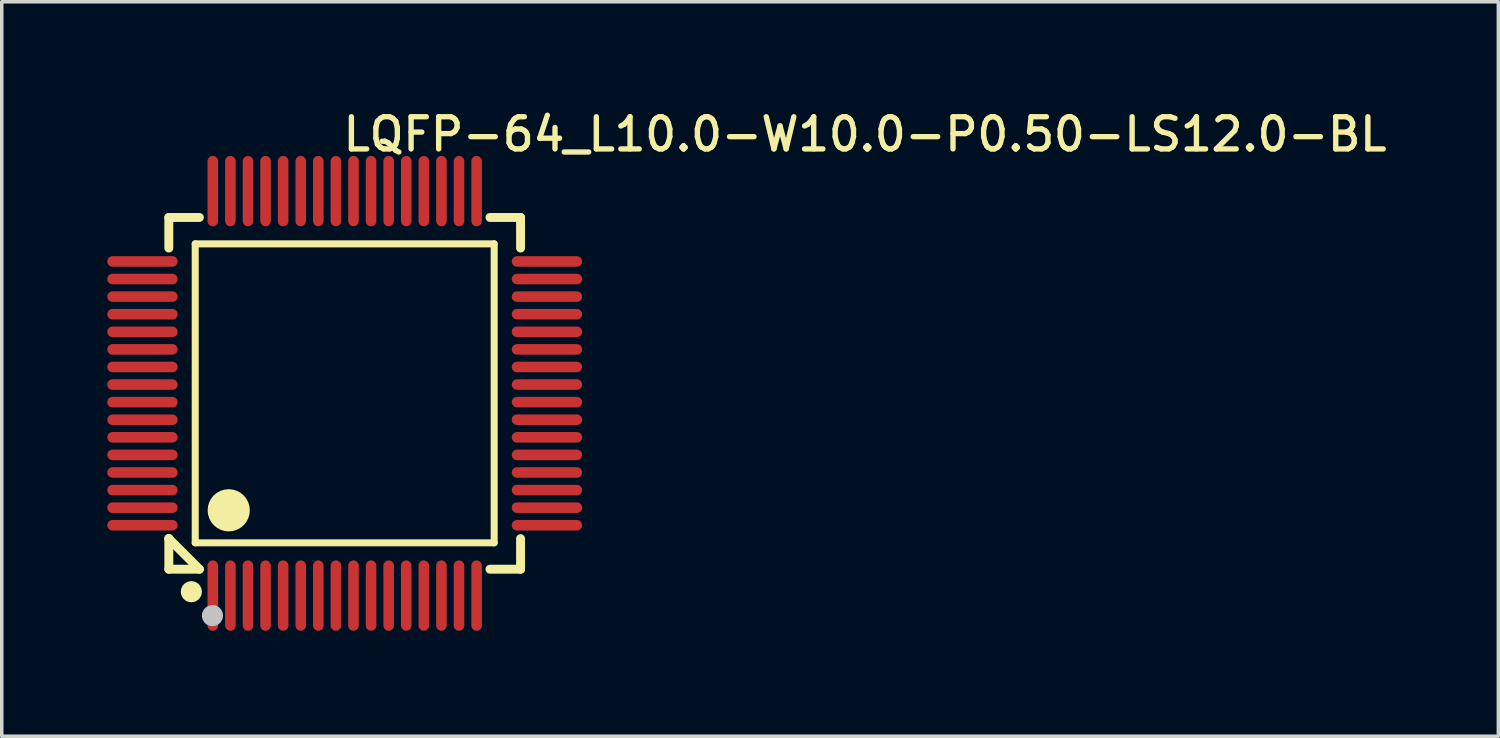
<source format=kicad_pcb>
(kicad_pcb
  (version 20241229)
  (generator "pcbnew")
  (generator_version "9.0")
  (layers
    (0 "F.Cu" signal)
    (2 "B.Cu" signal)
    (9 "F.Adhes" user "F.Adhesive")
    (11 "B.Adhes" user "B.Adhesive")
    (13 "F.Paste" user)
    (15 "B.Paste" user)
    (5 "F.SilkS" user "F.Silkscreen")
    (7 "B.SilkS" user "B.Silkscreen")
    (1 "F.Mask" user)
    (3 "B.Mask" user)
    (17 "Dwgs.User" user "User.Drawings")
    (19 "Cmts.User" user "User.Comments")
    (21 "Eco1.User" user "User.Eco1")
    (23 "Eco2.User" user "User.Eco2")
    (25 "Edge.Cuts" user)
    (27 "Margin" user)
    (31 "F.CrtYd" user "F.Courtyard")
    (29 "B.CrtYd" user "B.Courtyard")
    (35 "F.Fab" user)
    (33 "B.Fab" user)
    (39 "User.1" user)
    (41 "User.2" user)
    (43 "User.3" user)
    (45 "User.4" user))
  (footprint "LQFP-64_L10.0-W10.0-P0.50-LS12.0-BL"
    (layer "F.Cu")
    (at 6.75 8.133)
    (property "Reference" "LQFP-64_L10.0-W10.0-P0.50-LS12.0-BL" (at -0.127 -7.899 0) (layer "F.SilkS") (effects (font (size 0.914 0.914) (thickness 0.152)) (justify left top)))
    (fp_line (start -5 -5) (end -4.131 -5) (stroke (width 0.254) (type default)) (layer "F.SilkS"))
    (fp_line (start -5 -4.131) (end -5 -5) (stroke (width 0.254) (type default)) (layer "F.SilkS"))
    (fp_line (start -5 4.131) (end -5 4.131) (stroke (width 0.254) (type default)) (layer "F.SilkS"))
    (fp_line (start -5 4.131) (end -4.131 5) (stroke (width 0.254) (type default)) (layer "F.SilkS"))
    (fp_line (start -5 5) (end -5 4.131) (stroke (width 0.254) (type default)) (layer "F.SilkS"))
    (fp_line (start -4.25 -4.25) (end -4.25 4.25) (stroke (width 0.2) (type default)) (layer "F.SilkS"))
    (fp_line (start -4.25 4.25) (end 4.25 4.25) (stroke (width 0.2) (type default)) (layer "F.SilkS"))
    (fp_line (start -4.131 5) (end -5 5) (stroke (width 0.254) (type default)) (layer "F.SilkS"))
    (fp_line (start 4.25 -4.25) (end -4.25 -4.25) (stroke (width 0.2) (type default)) (layer "F.SilkS"))
    (fp_line (start 4.25 4.25) (end 4.25 -4.25) (stroke (width 0.2) (type default)) (layer "F.SilkS"))
    (fp_line (start 5 -5) (end 4.131 -5) (stroke (width 0.254) (type default)) (layer "F.SilkS"))
    (fp_line (start 5 -5) (end 5 -4.131) (stroke (width 0.254) (type default)) (layer "F.SilkS"))
    (fp_line (start 5 4.131) (end 5 5) (stroke (width 0.254) (type default)) (layer "F.SilkS"))
    (fp_line (start 5 5) (end 4.131 5) (stroke (width 0.254) (type default)) (layer "F.SilkS"))
    (fp_arc (start -4.3587 5.49) (mid -4.36 5.790006) (end -4.3613 5.49) (stroke (width 0.3) (type default)) (layer "F.SilkS"))
    (fp_arc (start -3.2944 3.0251) (mid -3.29685 3.62511) (end -3.2995 3.0251) (stroke (width 0.6) (type default)) (layer "F.SilkS"))
    (fp_circle (center -3.76 6.32) (end -3.61 6.32) (stroke (width 0.3) (type default)) (fill no) (layer "Dwgs.User"))
    (fp_circle (center -6 6) (end -5.97 6) (stroke (width 0.06) (type default)) (fill no) (layer "User.5"))
    (pad "1" smd oval (at -3.75 5.75) (size 0.3 2) (layers "F.Cu" "F.Mask" "F.Paste"))
    (pad "2" smd oval (at -3.25 5.75) (size 0.3 2) (layers "F.Cu" "F.Mask" "F.Paste"))
    (pad "3" smd oval (at -2.75 5.75) (size 0.3 2) (layers "F.Cu" "F.Mask" "F.Paste"))
    (pad "4" smd oval (at -2.25 5.75) (size 0.3 2) (layers "F.Cu" "F.Mask" "F.Paste"))
    (pad "5" smd oval (at -1.75 5.75) (size 0.3 2) (layers "F.Cu" "F.Mask" "F.Paste"))
    (pad "6" smd oval (at -1.25 5.75) (size 0.3 2) (layers "F.Cu" "F.Mask" "F.Paste"))
    (pad "7" smd oval (at -0.75 5.75) (size 0.3 2) (layers "F.Cu" "F.Mask" "F.Paste"))
    (pad "8" smd oval (at -0.25 5.75) (size 0.3 2) (layers "F.Cu" "F.Mask" "F.Paste"))
    (pad "9" smd oval (at 0.25 5.75) (size 0.3 2) (layers "F.Cu" "F.Mask" "F.Paste"))
    (pad "10" smd oval (at 0.75 5.75) (size 0.3 2) (layers "F.Cu" "F.Mask" "F.Paste"))
    (pad "11" smd oval (at 1.25 5.75) (size 0.3 2) (layers "F.Cu" "F.Mask" "F.Paste"))
    (pad "12" smd oval (at 1.75 5.75) (size 0.3 2) (layers "F.Cu" "F.Mask" "F.Paste"))
    (pad "13" smd oval (at 2.25 5.75) (size 0.3 2) (layers "F.Cu" "F.Mask" "F.Paste"))
    (pad "14" smd oval (at 2.75 5.75) (size 0.3 2) (layers "F.Cu" "F.Mask" "F.Paste"))
    (pad "15" smd oval (at 3.25 5.75) (size 0.3 2) (layers "F.Cu" "F.Mask" "F.Paste"))
    (pad "16" smd oval (at 3.75 5.75) (size 0.3 2) (layers "F.Cu" "F.Mask" "F.Paste"))
    (pad "17" smd oval (at 5.75 3.75) (size 2 0.3) (layers "F.Cu" "F.Mask" "F.Paste"))
    (pad "18" smd oval (at 5.75 3.25) (size 2 0.3) (layers "F.Cu" "F.Mask" "F.Paste"))
    (pad "19" smd oval (at 5.75 2.75) (size 2 0.3) (layers "F.Cu" "F.Mask" "F.Paste"))
    (pad "20" smd oval (at 5.75 2.25) (size 2 0.3) (layers "F.Cu" "F.Mask" "F.Paste"))
    (pad "21" smd oval (at 5.75 1.75) (size 2 0.3) (layers "F.Cu" "F.Mask" "F.Paste"))
    (pad "22" smd oval (at 5.75 1.25) (size 2 0.3) (layers "F.Cu" "F.Mask" "F.Paste"))
    (pad "23" smd oval (at 5.75 0.75) (size 2 0.3) (layers "F.Cu" "F.Mask" "F.Paste"))
    (pad "24" smd oval (at 5.75 0.25) (size 2 0.3) (layers "F.Cu" "F.Mask" "F.Paste"))
    (pad "25" smd oval (at 5.75 -0.25) (size 2 0.3) (layers "F.Cu" "F.Mask" "F.Paste"))
    (pad "26" smd oval (at 5.75 -0.75) (size 2 0.3) (layers "F.Cu" "F.Mask" "F.Paste"))
    (pad "27" smd oval (at 5.75 -1.25) (size 2 0.3) (layers "F.Cu" "F.Mask" "F.Paste"))
    (pad "28" smd oval (at 5.75 -1.75) (size 2 0.3) (layers "F.Cu" "F.Mask" "F.Paste"))
    (pad "29" smd oval (at 5.75 -2.25) (size 2 0.3) (layers "F.Cu" "F.Mask" "F.Paste"))
    (pad "30" smd oval (at 5.75 -2.75) (size 2 0.3) (layers "F.Cu" "F.Mask" "F.Paste"))
    (pad "31" smd oval (at 5.75 -3.25) (size 2 0.3) (layers "F.Cu" "F.Mask" "F.Paste"))
    (pad "32" smd oval (at 5.75 -3.75) (size 2 0.3) (layers "F.Cu" "F.Mask" "F.Paste"))
    (pad "33" smd oval (at 3.75 -5.75) (size 0.3 2) (layers "F.Cu" "F.Mask" "F.Paste"))
    (pad "34" smd oval (at 3.25 -5.75) (size 0.3 2) (layers "F.Cu" "F.Mask" "F.Paste"))
    (pad "35" smd oval (at 2.75 -5.75) (size 0.3 2) (layers "F.Cu" "F.Mask" "F.Paste"))
    (pad "36" smd oval (at 2.25 -5.75) (size 0.3 2) (layers "F.Cu" "F.Mask" "F.Paste"))
    (pad "37" smd oval (at 1.75 -5.75) (size 0.3 2) (layers "F.Cu" "F.Mask" "F.Paste"))
    (pad "38" smd oval (at 1.25 -5.75) (size 0.3 2) (layers "F.Cu" "F.Mask" "F.Paste"))
    (pad "39" smd oval (at 0.75 -5.75) (size 0.3 2) (layers "F.Cu" "F.Mask" "F.Paste"))
    (pad "40" smd oval (at 0.25 -5.75) (size 0.3 2) (layers "F.Cu" "F.Mask" "F.Paste"))
    (pad "41" smd oval (at -0.25 -5.75) (size 0.3 2) (layers "F.Cu" "F.Mask" "F.Paste"))
    (pad "42" smd oval (at -0.75 -5.75) (size 0.3 2) (layers "F.Cu" "F.Mask" "F.Paste"))
    (pad "43" smd oval (at -1.25 -5.75) (size 0.3 2) (layers "F.Cu" "F.Mask" "F.Paste"))
    (pad "44" smd oval (at -1.75 -5.75) (size 0.3 2) (layers "F.Cu" "F.Mask" "F.Paste"))
    (pad "45" smd oval (at -2.25 -5.75) (size 0.3 2) (layers "F.Cu" "F.Mask" "F.Paste"))
    (pad "46" smd oval (at -2.75 -5.75) (size 0.3 2) (layers "F.Cu" "F.Mask" "F.Paste"))
    (pad "47" smd oval (at -3.25 -5.75) (size 0.3 2) (layers "F.Cu" "F.Mask" "F.Paste"))
    (pad "48" smd oval (at -3.75 -5.75) (size 0.3 2) (layers "F.Cu" "F.Mask" "F.Paste"))
    (pad "49" smd oval (at -5.75 -3.75) (size 2 0.3) (layers "F.Cu" "F.Mask" "F.Paste"))
    (pad "50" smd oval (at -5.75 -3.25) (size 2 0.3) (layers "F.Cu" "F.Mask" "F.Paste"))
    (pad "51" smd oval (at -5.75 -2.75) (size 2 0.3) (layers "F.Cu" "F.Mask" "F.Paste"))
    (pad "52" smd oval (at -5.75 -2.25) (size 2 0.3) (layers "F.Cu" "F.Mask" "F.Paste"))
    (pad "53" smd oval (at -5.75 -1.75) (size 2 0.3) (layers "F.Cu" "F.Mask" "F.Paste"))
    (pad "54" smd oval (at -5.75 -1.25) (size 2 0.3) (layers "F.Cu" "F.Mask" "F.Paste"))
    (pad "55" smd oval (at -5.75 -0.75) (size 2 0.3) (layers "F.Cu" "F.Mask" "F.Paste"))
    (pad "56" smd oval (at -5.75 -0.25) (size 2 0.3) (layers "F.Cu" "F.Mask" "F.Paste"))
    (pad "57" smd oval (at -5.75 0.25) (size 2 0.3) (layers "F.Cu" "F.Mask" "F.Paste"))
    (pad "58" smd oval (at -5.75 0.75) (size 2 0.3) (layers "F.Cu" "F.Mask" "F.Paste"))
    (pad "59" smd oval (at -5.75 1.25) (size 2 0.3) (layers "F.Cu" "F.Mask" "F.Paste"))
    (pad "60" smd oval (at -5.75 1.75) (size 2 0.3) (layers "F.Cu" "F.Mask" "F.Paste"))
    (pad "61" smd oval (at -5.75 2.25) (size 2 0.3) (layers "F.Cu" "F.Mask" "F.Paste"))
    (pad "62" smd oval (at -5.75 2.75) (size 2 0.3) (layers "F.Cu" "F.Mask" "F.Paste"))
    (pad "63" smd oval (at -5.75 3.25) (size 2 0.3) (layers "F.Cu" "F.Mask" "F.Paste"))
    (pad "64" smd oval (at -5.75 3.75) (size 2 0.3) (layers "F.Cu" "F.Mask" "F.Paste"))
    (zone (net_name "") (layer "F.SilkS") (hatch edge 0.5) (priority 100) (connect_pads yes) (min_thickness 0) (filled_areas_thickness no) (fill yes) (polygon (pts (xy 2.619 13.133) (xy 1.75 12.264) (xy 1.75 13.133))) (filled_polygon (layer "F.SilkS") (island) (pts (xy 2.619 13.133) (xy 1.75 12.264) (xy 1.75 13.133))))
    (zone (net_name "") (layer "User.3") (hatch edge 0.5) (priority 100) (connect_pads yes) (min_thickness 0) (filled_areas_thickness no) (fill yes) (polygon (pts (xy 1.75 3.133) (xy 11.75 3.133) (xy 11.75 13.133) (xy 1.75 13.133))) (filled_polygon (layer "User.3") (island) (pts (xy 1.75 3.133) (xy 11.75 3.133) (xy 11.75 13.133) (xy 1.75 13.133))))
    (zone (net_name "") (layer "User.4") (hatch edge 0.5) (priority 100) (connect_pads yes) (min_thickness 0) (filled_areas_thickness no) (fill yes) (polygon (pts (xy 0.75 4.493) (xy 0.75 4.272) (xy 1.35 4.272) (xy 1.35 4.493))) (filled_polygon (layer "User.4") (island) (pts (xy 0.75 4.493) (xy 0.75 4.272) (xy 1.35 4.272) (xy 1.35 4.493))))
    (zone (net_name "") (layer "User.4") (hatch edge 0.5) (priority 100) (connect_pads yes) (min_thickness 0) (filled_areas_thickness no) (fill yes) (polygon (pts (xy 0.75 4.993) (xy 0.75 4.773) (xy 1.35 4.773) (xy 1.35 4.993))) (filled_polygon (layer "User.4") (island) (pts (xy 0.75 4.993) (xy 0.75 4.773) (xy 1.35 4.773) (xy 1.35 4.993))))
    (zone (net_name "") (layer "User.4") (hatch edge 0.5) (priority 100) (connect_pads yes) (min_thickness 0) (filled_areas_thickness no) (fill yes) (polygon (pts (xy 0.75 5.492) (xy 0.75 5.272) (xy 1.35 5.272) (xy 1.35 5.492))) (filled_polygon (layer "User.4") (island) (pts (xy 0.75 5.492) (xy 0.75 5.272) (xy 1.35 5.272) (xy 1.35 5.492))))
    (zone (net_name "") (layer "User.4") (hatch edge 0.5) (priority 100) (connect_pads yes) (min_thickness 0) (filled_areas_thickness no) (fill yes) (polygon (pts (xy 0.75 5.993) (xy 0.75 5.773) (xy 1.35 5.773) (xy 1.35 5.993))) (filled_polygon (layer "User.4") (island) (pts (xy 0.75 5.993) (xy 0.75 5.773) (xy 1.35 5.773) (xy 1.35 5.993))))
    (zone (net_name "") (layer "User.4") (hatch edge 0.5) (priority 100) (connect_pads yes) (min_thickness 0) (filled_areas_thickness no) (fill yes) (polygon (pts (xy 0.75 6.492) (xy 0.75 6.272) (xy 1.35 6.272) (xy 1.35 6.492))) (filled_polygon (layer "User.4") (island) (pts (xy 0.75 6.492) (xy 0.75 6.272) (xy 1.35 6.272) (xy 1.35 6.492))))
    (zone (net_name "") (layer "User.4") (hatch edge 0.5) (priority 100) (connect_pads yes) (min_thickness 0) (filled_areas_thickness no) (fill yes) (polygon (pts (xy 0.75 6.993) (xy 0.75 6.773) (xy 1.35 6.773) (xy 1.35 6.993))) (filled_polygon (layer "User.4") (island) (pts (xy 0.75 6.993) (xy 0.75 6.773) (xy 1.35 6.773) (xy 1.35 6.993))))
    (zone (net_name "") (layer "User.4") (hatch edge 0.5) (priority 100) (connect_pads yes) (min_thickness 0) (filled_areas_thickness no) (fill yes) (polygon (pts (xy 0.75 7.492) (xy 0.75 7.272) (xy 1.35 7.272) (xy 1.35 7.492))) (filled_polygon (layer "User.4") (island) (pts (xy 0.75 7.492) (xy 0.75 7.272) (xy 1.35 7.272) (xy 1.35 7.492))))
    (zone (net_name "") (layer "User.4") (hatch edge 0.5) (priority 100) (connect_pads yes) (min_thickness 0) (filled_areas_thickness no) (fill yes) (polygon (pts (xy 0.75 7.993) (xy 0.75 7.773) (xy 1.35 7.773) (xy 1.35 7.993))) (filled_polygon (layer "User.4") (island) (pts (xy 0.75 7.993) (xy 0.75 7.773) (xy 1.35 7.773) (xy 1.35 7.993))))
    (zone (net_name "") (layer "User.4") (hatch edge 0.5) (priority 100) (connect_pads yes) (min_thickness 0) (filled_areas_thickness no) (fill yes) (polygon (pts (xy 0.75 8.492) (xy 0.75 8.272) (xy 1.35 8.272) (xy 1.35 8.492))) (filled_polygon (layer "User.4") (island) (pts (xy 0.75 8.492) (xy 0.75 8.272) (xy 1.35 8.272) (xy 1.35 8.492))))
    (zone (net_name "") (layer "User.4") (hatch edge 0.5) (priority 100) (connect_pads yes) (min_thickness 0) (filled_areas_thickness no) (fill yes) (polygon (pts (xy 0.75 8.993) (xy 0.75 8.773) (xy 1.35 8.773) (xy 1.35 8.993))) (filled_polygon (layer "User.4") (island) (pts (xy 0.75 8.993) (xy 0.75 8.773) (xy 1.35 8.773) (xy 1.35 8.993))))
    (zone (net_name "") (layer "User.4") (hatch edge 0.5) (priority 100) (connect_pads yes) (min_thickness 0) (filled_areas_thickness no) (fill yes) (polygon (pts (xy 0.75 9.492) (xy 0.75 9.272) (xy 1.35 9.272) (xy 1.35 9.492))) (filled_polygon (layer "User.4") (island) (pts (xy 0.75 9.492) (xy 0.75 9.272) (xy 1.35 9.272) (xy 1.35 9.492))))
    (zone (net_name "") (layer "User.4") (hatch edge 0.5) (priority 100) (connect_pads yes) (min_thickness 0) (filled_areas_thickness no) (fill yes) (polygon (pts (xy 0.75 9.993) (xy 0.75 9.773) (xy 1.35 9.773) (xy 1.35 9.993))) (filled_polygon (layer "User.4") (island) (pts (xy 0.75 9.993) (xy 0.75 9.773) (xy 1.35 9.773) (xy 1.35 9.993))))
    (zone (net_name "") (layer "User.4") (hatch edge 0.5) (priority 100) (connect_pads yes) (min_thickness 0) (filled_areas_thickness no) (fill yes) (polygon (pts (xy 0.75 10.492) (xy 0.75 10.272) (xy 1.35 10.272) (xy 1.35 10.492))) (filled_polygon (layer "User.4") (island) (pts (xy 0.75 10.492) (xy 0.75 10.272) (xy 1.35 10.272) (xy 1.35 10.492))))
    (zone (net_name "") (layer "User.4") (hatch edge 0.5) (priority 100) (connect_pads yes) (min_thickness 0) (filled_areas_thickness no) (fill yes) (polygon (pts (xy 0.75 10.993) (xy 0.75 10.773) (xy 1.35 10.773) (xy 1.35 10.993))) (filled_polygon (layer "User.4") (island) (pts (xy 0.75 10.993) (xy 0.75 10.773) (xy 1.35 10.773) (xy 1.35 10.993))))
    (zone (net_name "") (layer "User.4") (hatch edge 0.5) (priority 100) (connect_pads yes) (min_thickness 0) (filled_areas_thickness no) (fill yes) (polygon (pts (xy 0.75 11.492) (xy 0.75 11.272) (xy 1.35 11.272) (xy 1.35 11.492))) (filled_polygon (layer "User.4") (island) (pts (xy 0.75 11.492) (xy 0.75 11.272) (xy 1.35 11.272) (xy 1.35 11.492))))
    (zone (net_name "") (layer "User.4") (hatch edge 0.5) (priority 100) (connect_pads yes) (min_thickness 0) (filled_areas_thickness no) (fill yes) (polygon (pts (xy 0.75 11.993) (xy 0.75 11.773) (xy 1.35 11.773) (xy 1.35 11.993))) (filled_polygon (layer "User.4") (island) (pts (xy 0.75 11.993) (xy 0.75 11.773) (xy 1.35 11.773) (xy 1.35 11.993))))
    (zone (net_name "") (layer "User.4") (hatch edge 0.5) (priority 100) (connect_pads) (min_thickness 0) (filled_areas_thickness no) (keepout (tracks allowed) (vias allowed) (pads allowed) (copperpour not_allowed) (footprints allowed)) (placement (enabled no)) (fill) (polygon (pts (xy 1.34 4.493) (xy 1.34 4.272) (xy 1.76 4.272) (xy 1.76 4.493))))
    (zone (net_name "") (layer "User.4") (hatch edge 0.5) (priority 100) (connect_pads) (min_thickness 0) (filled_areas_thickness no) (keepout (tracks allowed) (vias allowed) (pads allowed) (copperpour not_allowed) (footprints allowed)) (placement (enabled no)) (fill) (polygon (pts (xy 1.34 4.993) (xy 1.34 4.773) (xy 1.76 4.773) (xy 1.76 4.993))))
    (zone (net_name "") (layer "User.4") (hatch edge 0.5) (priority 100) (connect_pads) (min_thickness 0) (filled_areas_thickness no) (keepout (tracks allowed) (vias allowed) (pads allowed) (copperpour not_allowed) (footprints allowed)) (placement (enabled no)) (fill) (polygon (pts (xy 1.34 5.492) (xy 1.34 5.272) (xy 1.76 5.272) (xy 1.76 5.492))))
    (zone (net_name "") (layer "User.4") (hatch edge 0.5) (priority 100) (connect_pads) (min_thickness 0) (filled_areas_thickness no) (keepout (tracks allowed) (vias allowed) (pads allowed) (copperpour not_allowed) (footprints allowed)) (placement (enabled no)) (fill) (polygon (pts (xy 1.34 5.993) (xy 1.34 5.773) (xy 1.76 5.773) (xy 1.76 5.993))))
    (zone (net_name "") (layer "User.4") (hatch edge 0.5) (priority 100) (connect_pads) (min_thickness 0) (filled_areas_thickness no) (keepout (tracks allowed) (vias allowed) (pads allowed) (copperpour not_allowed) (footprints allowed)) (placement (enabled no)) (fill) (polygon (pts (xy 1.34 6.492) (xy 1.34 6.272) (xy 1.76 6.272) (xy 1.76 6.492))))
    (zone (net_name "") (layer "User.4") (hatch edge 0.5) (priority 100) (connect_pads) (min_thickness 0) (filled_areas_thickness no) (keepout (tracks allowed) (vias allowed) (pads allowed) (copperpour not_allowed) (footprints allowed)) (placement (enabled no)) (fill) (polygon (pts (xy 1.34 6.993) (xy 1.34 6.773) (xy 1.76 6.773) (xy 1.76 6.993))))
    (zone (net_name "") (layer "User.4") (hatch edge 0.5) (priority 100) (connect_pads) (min_thickness 0) (filled_areas_thickness no) (keepout (tracks allowed) (vias allowed) (pads allowed) (copperpour not_allowed) (footprints allowed)) (placement (enabled no)) (fill) (polygon (pts (xy 1.34 7.492) (xy 1.34 7.272) (xy 1.76 7.272) (xy 1.76 7.492))))
    (zone (net_name "") (layer "User.4") (hatch edge 0.5) (priority 100) (connect_pads) (min_thickness 0) (filled_areas_thickness no) (keepout (tracks allowed) (vias allowed) (pads allowed) (copperpour not_allowed) (footprints allowed)) (placement (enabled no)) (fill) (polygon (pts (xy 1.34 7.993) (xy 1.34 7.773) (xy 1.76 7.773) (xy 1.76 7.993))))
    (zone (net_name "") (layer "User.4") (hatch edge 0.5) (priority 100) (connect_pads) (min_thickness 0) (filled_areas_thickness no) (keepout (tracks allowed) (vias allowed) (pads allowed) (copperpour not_allowed) (footprints allowed)) (placement (enabled no)) (fill) (polygon (pts (xy 1.34 8.492) (xy 1.34 8.272) (xy 1.76 8.272) (xy 1.76 8.492))))
    (zone (net_name "") (layer "User.4") (hatch edge 0.5) (priority 100) (connect_pads) (min_thickness 0) (filled_areas_thickness no) (keepout (tracks allowed) (vias allowed) (pads allowed) (copperpour not_allowed) (footprints allowed)) (placement (enabled no)) (fill) (polygon (pts (xy 1.34 8.993) (xy 1.34 8.773) (xy 1.76 8.773) (xy 1.76 8.993))))
    (zone (net_name "") (layer "User.4") (hatch edge 0.5) (priority 100) (connect_pads) (min_thickness 0) (filled_areas_thickness no) (keepout (tracks allowed) (vias allowed) (pads allowed) (copperpour not_allowed) (footprints allowed)) (placement (enabled no)) (fill) (polygon (pts (xy 1.34 9.492) (xy 1.34 9.272) (xy 1.76 9.272) (xy 1.76 9.492))))
    (zone (net_name "") (layer "User.4") (hatch edge 0.5) (priority 100) (connect_pads) (min_thickness 0) (filled_areas_thickness no) (keepout (tracks allowed) (vias allowed) (pads allowed) (copperpour not_allowed) (footprints allowed)) (placement (enabled no)) (fill) (polygon (pts (xy 1.34 9.993) (xy 1.34 9.773) (xy 1.76 9.773) (xy 1.76 9.993))))
    (zone (net_name "") (layer "User.4") (hatch edge 0.5) (priority 100) (connect_pads) (min_thickness 0) (filled_areas_thickness no) (keepout (tracks allowed) (vias allowed) (pads allowed) (copperpour not_allowed) (footprints allowed)) (placement (enabled no)) (fill) (polygon (pts (xy 1.34 10.492) (xy 1.34 10.272) (xy 1.76 10.272) (xy 1.76 10.492))))
    (zone (net_name "") (layer "User.4") (hatch edge 0.5) (priority 100) (connect_pads) (min_thickness 0) (filled_areas_thickness no) (keepout (tracks allowed) (vias allowed) (pads allowed) (copperpour not_allowed) (footprints allowed)) (placement (enabled no)) (fill) (polygon (pts (xy 1.34 10.993) (xy 1.34 10.773) (xy 1.76 10.773) (xy 1.76 10.993))))
    (zone (net_name "") (layer "User.4") (hatch edge 0.5) (priority 100) (connect_pads) (min_thickness 0) (filled_areas_thickness no) (keepout (tracks allowed) (vias allowed) (pads allowed) (copperpour not_allowed) (footprints allowed)) (placement (enabled no)) (fill) (polygon (pts (xy 1.34 11.492) (xy 1.34 11.272) (xy 1.76 11.272) (xy 1.76 11.492))))
    (zone (net_name "") (layer "User.4") (hatch edge 0.5) (priority 100) (connect_pads) (min_thickness 0) (filled_areas_thickness no) (keepout (tracks allowed) (vias allowed) (pads allowed) (copperpour not_allowed) (footprints allowed)) (placement (enabled no)) (fill) (polygon (pts (xy 1.34 11.993) (xy 1.34 11.773) (xy 1.76 11.773) (xy 1.76 11.993))))
    (zone (net_name "") (layer "User.4") (hatch edge 0.5) (priority 100) (connect_pads yes) (min_thickness 0) (filled_areas_thickness no) (fill yes) (polygon (pts (xy 2.89 2.733) (xy 2.89 2.133) (xy 3.11 2.133) (xy 3.11 2.733))) (filled_polygon (layer "User.4") (island) (pts (xy 2.89 2.733) (xy 2.89 2.133) (xy 3.11 2.133) (xy 3.11 2.733))))
    (zone (net_name "") (layer "User.4") (hatch edge 0.5) (priority 100) (connect_pads) (min_thickness 0) (filled_areas_thickness no) (keepout (tracks allowed) (vias allowed) (pads allowed) (copperpour not_allowed) (footprints allowed)) (placement (enabled no)) (fill) (polygon (pts (xy 2.89 3.143) (xy 2.89 2.723) (xy 3.11 2.723) (xy 3.11 3.143))))
    (zone (net_name "") (layer "User.4") (hatch edge 0.5) (priority 100) (connect_pads) (min_thickness 0) (filled_areas_thickness no) (keepout (tracks allowed) (vias allowed) (pads allowed) (copperpour not_allowed) (footprints allowed)) (placement (enabled no)) (fill) (polygon (pts (xy 2.89 13.543) (xy 2.89 13.123) (xy 3.11 13.123) (xy 3.11 13.543))))
    (zone (net_name "") (layer "User.4") (hatch edge 0.5) (priority 100) (connect_pads yes) (min_thickness 0) (filled_areas_thickness no) (fill yes) (polygon (pts (xy 2.89 14.133) (xy 2.89 13.533) (xy 3.11 13.533) (xy 3.11 14.133))) (filled_polygon (layer "User.4") (island) (pts (xy 2.89 14.133) (xy 2.89 13.533) (xy 3.11 13.533) (xy 3.11 14.133))))
    (zone (net_name "") (layer "User.4") (hatch edge 0.5) (priority 100) (connect_pads yes) (min_thickness 0) (filled_areas_thickness no) (fill yes) (polygon (pts (xy 3.39 2.733) (xy 3.39 2.133) (xy 3.61 2.133) (xy 3.61 2.733))) (filled_polygon (layer "User.4") (island) (pts (xy 3.39 2.733) (xy 3.39 2.133) (xy 3.61 2.133) (xy 3.61 2.733))))
    (zone (net_name "") (layer "User.4") (hatch edge 0.5) (priority 100) (connect_pads) (min_thickness 0) (filled_areas_thickness no) (keepout (tracks allowed) (vias allowed) (pads allowed) (copperpour not_allowed) (footprints allowed)) (placement (enabled no)) (fill) (polygon (pts (xy 3.39 3.143) (xy 3.39 2.723) (xy 3.61 2.723) (xy 3.61 3.143))))
    (zone (net_name "") (layer "User.4") (hatch edge 0.5) (priority 100) (connect_pads) (min_thickness 0) (filled_areas_thickness no) (keepout (tracks allowed) (vias allowed) (pads allowed) (copperpour not_allowed) (footprints allowed)) (placement (enabled no)) (fill) (polygon (pts (xy 3.39 13.543) (xy 3.39 13.123) (xy 3.61 13.123) (xy 3.61 13.543))))
    (zone (net_name "") (layer "User.4") (hatch edge 0.5) (priority 100) (connect_pads yes) (min_thickness 0) (filled_areas_thickness no) (fill yes) (polygon (pts (xy 3.39 14.133) (xy 3.39 13.533) (xy 3.61 13.533) (xy 3.61 14.133))) (filled_polygon (layer "User.4") (island) (pts (xy 3.39 14.133) (xy 3.39 13.533) (xy 3.61 13.533) (xy 3.61 14.133))))
    (zone (net_name "") (layer "User.4") (hatch edge 0.5) (priority 100) (connect_pads yes) (min_thickness 0) (filled_areas_thickness no) (fill yes) (polygon (pts (xy 3.89 2.733) (xy 3.89 2.133) (xy 4.11 2.133) (xy 4.11 2.733))) (filled_polygon (layer "User.4") (island) (pts (xy 3.89 2.733) (xy 3.89 2.133) (xy 4.11 2.133) (xy 4.11 2.733))))
    (zone (net_name "") (layer "User.4") (hatch edge 0.5) (priority 100) (connect_pads) (min_thickness 0) (filled_areas_thickness no) (keepout (tracks allowed) (vias allowed) (pads allowed) (copperpour not_allowed) (footprints allowed)) (placement (enabled no)) (fill) (polygon (pts (xy 3.89 3.143) (xy 3.89 2.723) (xy 4.11 2.723) (xy 4.11 3.143))))
    (zone (net_name "") (layer "User.4") (hatch edge 0.5) (priority 100) (connect_pads) (min_thickness 0) (filled_areas_thickness no) (keepout (tracks allowed) (vias allowed) (pads allowed) (copperpour not_allowed) (footprints allowed)) (placement (enabled no)) (fill) (polygon (pts (xy 3.89 13.543) (xy 3.89 13.123) (xy 4.11 13.123) (xy 4.11 13.543))))
    (zone (net_name "") (layer "User.4") (hatch edge 0.5) (priority 100) (connect_pads yes) (min_thickness 0) (filled_areas_thickness no) (fill yes) (polygon (pts (xy 3.89 14.133) (xy 3.89 13.533) (xy 4.11 13.533) (xy 4.11 14.133))) (filled_polygon (layer "User.4") (island) (pts (xy 3.89 14.133) (xy 3.89 13.533) (xy 4.11 13.533) (xy 4.11 14.133))))
    (zone (net_name "") (layer "User.4") (hatch edge 0.5) (priority 100) (connect_pads yes) (min_thickness 0) (filled_areas_thickness no) (fill yes) (polygon (pts (xy 4.39 2.733) (xy 4.39 2.133) (xy 4.61 2.133) (xy 4.61 2.733))) (filled_polygon (layer "User.4") (island) (pts (xy 4.39 2.733) (xy 4.39 2.133) (xy 4.61 2.133) (xy 4.61 2.733))))
    (zone (net_name "") (layer "User.4") (hatch edge 0.5) (priority 100) (connect_pads) (min_thickness 0) (filled_areas_thickness no) (keepout (tracks allowed) (vias allowed) (pads allowed) (copperpour not_allowed) (footprints allowed)) (placement (enabled no)) (fill) (polygon (pts (xy 4.39 3.143) (xy 4.39 2.723) (xy 4.61 2.723) (xy 4.61 3.143))))
    (zone (net_name "") (layer "User.4") (hatch edge 0.5) (priority 100) (connect_pads) (min_thickness 0) (filled_areas_thickness no) (keepout (tracks allowed) (vias allowed) (pads allowed) (copperpour not_allowed) (footprints allowed)) (placement (enabled no)) (fill) (polygon (pts (xy 4.39 13.543) (xy 4.39 13.123) (xy 4.61 13.123) (xy 4.61 13.543))))
    (zone (net_name "") (layer "User.4") (hatch edge 0.5) (priority 100) (connect_pads yes) (min_thickness 0) (filled_areas_thickness no) (fill yes) (polygon (pts (xy 4.39 14.133) (xy 4.39 13.533) (xy 4.61 13.533) (xy 4.61 14.133))) (filled_polygon (layer "User.4") (island) (pts (xy 4.39 14.133) (xy 4.39 13.533) (xy 4.61 13.533) (xy 4.61 14.133))))
    (zone (net_name "") (layer "User.4") (hatch edge 0.5) (priority 100) (connect_pads yes) (min_thickness 0) (filled_areas_thickness no) (fill yes) (polygon (pts (xy 4.89 2.733) (xy 4.89 2.133) (xy 5.11 2.133) (xy 5.11 2.733))) (filled_polygon (layer "User.4") (island) (pts (xy 4.89 2.733) (xy 4.89 2.133) (xy 5.11 2.133) (xy 5.11 2.733))))
    (zone (net_name "") (layer "User.4") (hatch edge 0.5) (priority 100) (connect_pads) (min_thickness 0) (filled_areas_thickness no) (keepout (tracks allowed) (vias allowed) (pads allowed) (copperpour not_allowed) (footprints allowed)) (placement (enabled no)) (fill) (polygon (pts (xy 4.89 3.143) (xy 4.89 2.723) (xy 5.11 2.723) (xy 5.11 3.143))))
    (zone (net_name "") (layer "User.4") (hatch edge 0.5) (priority 100) (connect_pads) (min_thickness 0) (filled_areas_thickness no) (keepout (tracks allowed) (vias allowed) (pads allowed) (copperpour not_allowed) (footprints allowed)) (placement (enabled no)) (fill) (polygon (pts (xy 4.89 13.543) (xy 4.89 13.123) (xy 5.11 13.123) (xy 5.11 13.543))))
    (zone (net_name "") (layer "User.4") (hatch edge 0.5) (priority 100) (connect_pads yes) (min_thickness 0) (filled_areas_thickness no) (fill yes) (polygon (pts (xy 4.89 14.133) (xy 4.89 13.533) (xy 5.11 13.533) (xy 5.11 14.133))) (filled_polygon (layer "User.4") (island) (pts (xy 4.89 14.133) (xy 4.89 13.533) (xy 5.11 13.533) (xy 5.11 14.133))))
    (zone (net_name "") (layer "User.4") (hatch edge 0.5) (priority 100) (connect_pads yes) (min_thickness 0) (filled_areas_thickness no) (fill yes) (polygon (pts (xy 5.39 2.733) (xy 5.39 2.133) (xy 5.61 2.133) (xy 5.61 2.733))) (filled_polygon (layer "User.4") (island) (pts (xy 5.39 2.733) (xy 5.39 2.133) (xy 5.61 2.133) (xy 5.61 2.733))))
    (zone (net_name "") (layer "User.4") (hatch edge 0.5) (priority 100) (connect_pads) (min_thickness 0) (filled_areas_thickness no) (keepout (tracks allowed) (vias allowed) (pads allowed) (copperpour not_allowed) (footprints allowed)) (placement (enabled no)) (fill) (polygon (pts (xy 5.39 3.143) (xy 5.39 2.723) (xy 5.61 2.723) (xy 5.61 3.143))))
    (zone (net_name "") (layer "User.4") (hatch edge 0.5) (priority 100) (connect_pads) (min_thickness 0) (filled_areas_thickness no) (keepout (tracks allowed) (vias allowed) (pads allowed) (copperpour not_allowed) (footprints allowed)) (placement (enabled no)) (fill) (polygon (pts (xy 5.39 13.543) (xy 5.39 13.123) (xy 5.61 13.123) (xy 5.61 13.543))))
    (zone (net_name "") (layer "User.4") (hatch edge 0.5) (priority 100) (connect_pads yes) (min_thickness 0) (filled_areas_thickness no) (fill yes) (polygon (pts (xy 5.39 14.133) (xy 5.39 13.533) (xy 5.61 13.533) (xy 5.61 14.133))) (filled_polygon (layer "User.4") (island) (pts (xy 5.39 14.133) (xy 5.39 13.533) (xy 5.61 13.533) (xy 5.61 14.133))))
    (zone (net_name "") (layer "User.4") (hatch edge 0.5) (priority 100) (connect_pads yes) (min_thickness 0) (filled_areas_thickness no) (fill yes) (polygon (pts (xy 5.89 2.733) (xy 5.89 2.133) (xy 6.11 2.133) (xy 6.11 2.733))) (filled_polygon (layer "User.4") (island) (pts (xy 5.89 2.733) (xy 5.89 2.133) (xy 6.11 2.133) (xy 6.11 2.733))))
    (zone (net_name "") (layer "User.4") (hatch edge 0.5) (priority 100) (connect_pads) (min_thickness 0) (filled_areas_thickness no) (keepout (tracks allowed) (vias allowed) (pads allowed) (copperpour not_allowed) (footprints allowed)) (placement (enabled no)) (fill) (polygon (pts (xy 5.89 3.143) (xy 5.89 2.723) (xy 6.11 2.723) (xy 6.11 3.143))))
    (zone (net_name "") (layer "User.4") (hatch edge 0.5) (priority 100) (connect_pads) (min_thickness 0) (filled_areas_thickness no) (keepout (tracks allowed) (vias allowed) (pads allowed) (copperpour not_allowed) (footprints allowed)) (placement (enabled no)) (fill) (polygon (pts (xy 5.89 13.543) (xy 5.89 13.123) (xy 6.11 13.123) (xy 6.11 13.543))))
    (zone (net_name "") (layer "User.4") (hatch edge 0.5) (priority 100) (connect_pads yes) (min_thickness 0) (filled_areas_thickness no) (fill yes) (polygon (pts (xy 5.89 14.133) (xy 5.89 13.533) (xy 6.11 13.533) (xy 6.11 14.133))) (filled_polygon (layer "User.4") (island) (pts (xy 5.89 14.133) (xy 5.89 13.533) (xy 6.11 13.533) (xy 6.11 14.133))))
    (zone (net_name "") (layer "User.4") (hatch edge 0.5) (priority 100) (connect_pads yes) (min_thickness 0) (filled_areas_thickness no) (fill yes) (polygon (pts (xy 6.39 2.733) (xy 6.39 2.133) (xy 6.61 2.133) (xy 6.61 2.733))) (filled_polygon (layer "User.4") (island) (pts (xy 6.39 2.733) (xy 6.39 2.133) (xy 6.61 2.133) (xy 6.61 2.733))))
    (zone (net_name "") (layer "User.4") (hatch edge 0.5) (priority 100) (connect_pads) (min_thickness 0) (filled_areas_thickness no) (keepout (tracks allowed) (vias allowed) (pads allowed) (copperpour not_allowed) (footprints allowed)) (placement (enabled no)) (fill) (polygon (pts (xy 6.39 3.143) (xy 6.39 2.723) (xy 6.61 2.723) (xy 6.61 3.143))))
    (zone (net_name "") (layer "User.4") (hatch edge 0.5) (priority 100) (connect_pads) (min_thickness 0) (filled_areas_thickness no) (keepout (tracks allowed) (vias allowed) (pads allowed) (copperpour not_allowed) (footprints allowed)) (placement (enabled no)) (fill) (polygon (pts (xy 6.39 13.543) (xy 6.39 13.123) (xy 6.61 13.123) (xy 6.61 13.543))))
    (zone (net_name "") (layer "User.4") (hatch edge 0.5) (priority 100) (connect_pads yes) (min_thickness 0) (filled_areas_thickness no) (fill yes) (polygon (pts (xy 6.39 14.133) (xy 6.39 13.533) (xy 6.61 13.533) (xy 6.61 14.133))) (filled_polygon (layer "User.4") (island) (pts (xy 6.39 14.133) (xy 6.39 13.533) (xy 6.61 13.533) (xy 6.61 14.133))))
    (zone (net_name "") (layer "User.4") (hatch edge 0.5) (priority 100) (connect_pads yes) (min_thickness 0) (filled_areas_thickness no) (fill yes) (polygon (pts (xy 6.89 2.733) (xy 6.89 2.133) (xy 7.11 2.133) (xy 7.11 2.733))) (filled_polygon (layer "User.4") (island) (pts (xy 6.89 2.733) (xy 6.89 2.133) (xy 7.11 2.133) (xy 7.11 2.733))))
    (zone (net_name "") (layer "User.4") (hatch edge 0.5) (priority 100) (connect_pads) (min_thickness 0) (filled_areas_thickness no) (keepout (tracks allowed) (vias allowed) (pads allowed) (copperpour not_allowed) (footprints allowed)) (placement (enabled no)) (fill) (polygon (pts (xy 6.89 3.143) (xy 6.89 2.723) (xy 7.11 2.723) (xy 7.11 3.143))))
    (zone (net_name "") (layer "User.4") (hatch edge 0.5) (priority 100) (connect_pads) (min_thickness 0) (filled_areas_thickness no) (keepout (tracks allowed) (vias allowed) (pads allowed) (copperpour not_allowed) (footprints allowed)) (placement (enabled no)) (fill) (polygon (pts (xy 6.89 13.543) (xy 6.89 13.123) (xy 7.11 13.123) (xy 7.11 13.543))))
    (zone (net_name "") (layer "User.4") (hatch edge 0.5) (priority 100) (connect_pads yes) (min_thickness 0) (filled_areas_thickness no) (fill yes) (polygon (pts (xy 6.89 14.133) (xy 6.89 13.533) (xy 7.11 13.533) (xy 7.11 14.133))) (filled_polygon (layer "User.4") (island) (pts (xy 6.89 14.133) (xy 6.89 13.533) (xy 7.11 13.533) (xy 7.11 14.133))))
    (zone (net_name "") (layer "User.4") (hatch edge 0.5) (priority 100) (connect_pads yes) (min_thickness 0) (filled_areas_thickness no) (fill yes) (polygon (pts (xy 7.39 2.733) (xy 7.39 2.133) (xy 7.61 2.133) (xy 7.61 2.733))) (filled_polygon (layer "User.4") (island) (pts (xy 7.39 2.733) (xy 7.39 2.133) (xy 7.61 2.133) (xy 7.61 2.733))))
    (zone (net_name "") (layer "User.4") (hatch edge 0.5) (priority 100) (connect_pads) (min_thickness 0) (filled_areas_thickness no) (keepout (tracks allowed) (vias allowed) (pads allowed) (copperpour not_allowed) (footprints allowed)) (placement (enabled no)) (fill) (polygon (pts (xy 7.39 3.143) (xy 7.39 2.723) (xy 7.61 2.723) (xy 7.61 3.143))))
    (zone (net_name "") (layer "User.4") (hatch edge 0.5) (priority 100) (connect_pads) (min_thickness 0) (filled_areas_thickness no) (keepout (tracks allowed) (vias allowed) (pads allowed) (copperpour not_allowed) (footprints allowed)) (placement (enabled no)) (fill) (polygon (pts (xy 7.39 13.543) (xy 7.39 13.123) (xy 7.61 13.123) (xy 7.61 13.543))))
    (zone (net_name "") (layer "User.4") (hatch edge 0.5) (priority 100) (connect_pads yes) (min_thickness 0) (filled_areas_thickness no) (fill yes) (polygon (pts (xy 7.39 14.133) (xy 7.39 13.533) (xy 7.61 13.533) (xy 7.61 14.133))) (filled_polygon (layer "User.4") (island) (pts (xy 7.39 14.133) (xy 7.39 13.533) (xy 7.61 13.533) (xy 7.61 14.133))))
    (zone (net_name "") (layer "User.4") (hatch edge 0.5) (priority 100) (connect_pads yes) (min_thickness 0) (filled_areas_thickness no) (fill yes) (polygon (pts (xy 7.89 2.733) (xy 7.89 2.133) (xy 8.11 2.133) (xy 8.11 2.733))) (filled_polygon (layer "User.4") (island) (pts (xy 7.89 2.733) (xy 7.89 2.133) (xy 8.11 2.133) (xy 8.11 2.733))))
    (zone (net_name "") (layer "User.4") (hatch edge 0.5) (priority 100) (connect_pads) (min_thickness 0) (filled_areas_thickness no) (keepout (tracks allowed) (vias allowed) (pads allowed) (copperpour not_allowed) (footprints allowed)) (placement (enabled no)) (fill) (polygon (pts (xy 7.89 3.143) (xy 7.89 2.723) (xy 8.11 2.723) (xy 8.11 3.143))))
    (zone (net_name "") (layer "User.4") (hatch edge 0.5) (priority 100) (connect_pads) (min_thickness 0) (filled_areas_thickness no) (keepout (tracks allowed) (vias allowed) (pads allowed) (copperpour not_allowed) (footprints allowed)) (placement (enabled no)) (fill) (polygon (pts (xy 7.89 13.543) (xy 7.89 13.123) (xy 8.11 13.123) (xy 8.11 13.543))))
    (zone (net_name "") (layer "User.4") (hatch edge 0.5) (priority 100) (connect_pads yes) (min_thickness 0) (filled_areas_thickness no) (fill yes) (polygon (pts (xy 7.89 14.133) (xy 7.89 13.533) (xy 8.11 13.533) (xy 8.11 14.133))) (filled_polygon (layer "User.4") (island) (pts (xy 7.89 14.133) (xy 7.89 13.533) (xy 8.11 13.533) (xy 8.11 14.133))))
    (zone (net_name "") (layer "User.4") (hatch edge 0.5) (priority 100) (connect_pads yes) (min_thickness 0) (filled_areas_thickness no) (fill yes) (polygon (pts (xy 8.39 2.733) (xy 8.39 2.133) (xy 8.61 2.133) (xy 8.61 2.733))) (filled_polygon (layer "User.4") (island) (pts (xy 8.39 2.733) (xy 8.39 2.133) (xy 8.61 2.133) (xy 8.61 2.733))))
    (zone (net_name "") (layer "User.4") (hatch edge 0.5) (priority 100) (connect_pads) (min_thickness 0) (filled_areas_thickness no) (keepout (tracks allowed) (vias allowed) (pads allowed) (copperpour not_allowed) (footprints allowed)) (placement (enabled no)) (fill) (polygon (pts (xy 8.39 3.143) (xy 8.39 2.723) (xy 8.61 2.723) (xy 8.61 3.143))))
    (zone (net_name "") (layer "User.4") (hatch edge 0.5) (priority 100) (connect_pads) (min_thickness 0) (filled_areas_thickness no) (keepout (tracks allowed) (vias allowed) (pads allowed) (copperpour not_allowed) (footprints allowed)) (placement (enabled no)) (fill) (polygon (pts (xy 8.39 13.543) (xy 8.39 13.123) (xy 8.61 13.123) (xy 8.61 13.543))))
    (zone (net_name "") (layer "User.4") (hatch edge 0.5) (priority 100) (connect_pads yes) (min_thickness 0) (filled_areas_thickness no) (fill yes) (polygon (pts (xy 8.39 14.133) (xy 8.39 13.533) (xy 8.61 13.533) (xy 8.61 14.133))) (filled_polygon (layer "User.4") (island) (pts (xy 8.39 14.133) (xy 8.39 13.533) (xy 8.61 13.533) (xy 8.61 14.133))))
    (zone (net_name "") (layer "User.4") (hatch edge 0.5) (priority 100) (connect_pads yes) (min_thickness 0) (filled_areas_thickness no) (fill yes) (polygon (pts (xy 8.89 2.733) (xy 8.89 2.133) (xy 9.11 2.133) (xy 9.11 2.733))) (filled_polygon (layer "User.4") (island) (pts (xy 8.89 2.733) (xy 8.89 2.133) (xy 9.11 2.133) (xy 9.11 2.733))))
    (zone (net_name "") (layer "User.4") (hatch edge 0.5) (priority 100) (connect_pads) (min_thickness 0) (filled_areas_thickness no) (keepout (tracks allowed) (vias allowed) (pads allowed) (copperpour not_allowed) (footprints allowed)) (placement (enabled no)) (fill) (polygon (pts (xy 8.89 3.143) (xy 8.89 2.723) (xy 9.11 2.723) (xy 9.11 3.143))))
    (zone (net_name "") (layer "User.4") (hatch edge 0.5) (priority 100) (connect_pads) (min_thickness 0) (filled_areas_thickness no) (keepout (tracks allowed) (vias allowed) (pads allowed) (copperpour not_allowed) (footprints allowed)) (placement (enabled no)) (fill) (polygon (pts (xy 8.89 13.543) (xy 8.89 13.123) (xy 9.11 13.123) (xy 9.11 13.543))))
    (zone (net_name "") (layer "User.4") (hatch edge 0.5) (priority 100) (connect_pads yes) (min_thickness 0) (filled_areas_thickness no) (fill yes) (polygon (pts (xy 8.89 14.133) (xy 8.89 13.533) (xy 9.11 13.533) (xy 9.11 14.133))) (filled_polygon (layer "User.4") (island) (pts (xy 8.89 14.133) (xy 8.89 13.533) (xy 9.11 13.533) (xy 9.11 14.133))))
    (zone (net_name "") (layer "User.4") (hatch edge 0.5) (priority 100) (connect_pads yes) (min_thickness 0) (filled_areas_thickness no) (fill yes) (polygon (pts (xy 9.39 2.733) (xy 9.39 2.133) (xy 9.61 2.133) (xy 9.61 2.733))) (filled_polygon (layer "User.4") (island) (pts (xy 9.39 2.733) (xy 9.39 2.133) (xy 9.61 2.133) (xy 9.61 2.733))))
    (zone (net_name "") (layer "User.4") (hatch edge 0.5) (priority 100) (connect_pads) (min_thickness 0) (filled_areas_thickness no) (keepout (tracks allowed) (vias allowed) (pads allowed) (copperpour not_allowed) (footprints allowed)) (placement (enabled no)) (fill) (polygon (pts (xy 9.39 3.143) (xy 9.39 2.723) (xy 9.61 2.723) (xy 9.61 3.143))))
    (zone (net_name "") (layer "User.4") (hatch edge 0.5) (priority 100) (connect_pads) (min_thickness 0) (filled_areas_thickness no) (keepout (tracks allowed) (vias allowed) (pads allowed) (copperpour not_allowed) (footprints allowed)) (placement (enabled no)) (fill) (polygon (pts (xy 9.39 13.543) (xy 9.39 13.123) (xy 9.61 13.123) (xy 9.61 13.543))))
    (zone (net_name "") (layer "User.4") (hatch edge 0.5) (priority 100) (connect_pads yes) (min_thickness 0) (filled_areas_thickness no) (fill yes) (polygon (pts (xy 9.39 14.133) (xy 9.39 13.533) (xy 9.61 13.533) (xy 9.61 14.133))) (filled_polygon (layer "User.4") (island) (pts (xy 9.39 14.133) (xy 9.39 13.533) (xy 9.61 13.533) (xy 9.61 14.133))))
    (zone (net_name "") (layer "User.4") (hatch edge 0.5) (priority 100) (connect_pads yes) (min_thickness 0) (filled_areas_thickness no) (fill yes) (polygon (pts (xy 9.89 2.733) (xy 9.89 2.133) (xy 10.11 2.133) (xy 10.11 2.733))) (filled_polygon (layer "User.4") (island) (pts (xy 9.89 2.733) (xy 9.89 2.133) (xy 10.11 2.133) (xy 10.11 2.733))))
    (zone (net_name "") (layer "User.4") (hatch edge 0.5) (priority 100) (connect_pads) (min_thickness 0) (filled_areas_thickness no) (keepout (tracks allowed) (vias allowed) (pads allowed) (copperpour not_allowed) (footprints allowed)) (placement (enabled no)) (fill) (polygon (pts (xy 9.89 3.143) (xy 9.89 2.723) (xy 10.11 2.723) (xy 10.11 3.143))))
    (zone (net_name "") (layer "User.4") (hatch edge 0.5) (priority 100) (connect_pads) (min_thickness 0) (filled_areas_thickness no) (keepout (tracks allowed) (vias allowed) (pads allowed) (copperpour not_allowed) (footprints allowed)) (placement (enabled no)) (fill) (polygon (pts (xy 9.89 13.543) (xy 9.89 13.123) (xy 10.11 13.123) (xy 10.11 13.543))))
    (zone (net_name "") (layer "User.4") (hatch edge 0.5) (priority 100) (connect_pads yes) (min_thickness 0) (filled_areas_thickness no) (fill yes) (polygon (pts (xy 9.89 14.133) (xy 9.89 13.533) (xy 10.11 13.533) (xy 10.11 14.133))) (filled_polygon (layer "User.4") (island) (pts (xy 9.89 14.133) (xy 9.89 13.533) (xy 10.11 13.533) (xy 10.11 14.133))))
    (zone (net_name "") (layer "User.4") (hatch edge 0.5) (priority 100) (connect_pads yes) (min_thickness 0) (filled_areas_thickness no) (fill yes) (polygon (pts (xy 10.39 2.733) (xy 10.39 2.133) (xy 10.61 2.133) (xy 10.61 2.733))) (filled_polygon (layer "User.4") (island) (pts (xy 10.39 2.733) (xy 10.39 2.133) (xy 10.61 2.133) (xy 10.61 2.733))))
    (zone (net_name "") (layer "User.4") (hatch edge 0.5) (priority 100) (connect_pads) (min_thickness 0) (filled_areas_thickness no) (keepout (tracks allowed) (vias allowed) (pads allowed) (copperpour not_allowed) (footprints allowed)) (placement (enabled no)) (fill) (polygon (pts (xy 10.39 3.143) (xy 10.39 2.723) (xy 10.61 2.723) (xy 10.61 3.143))))
    (zone (net_name "") (layer "User.4") (hatch edge 0.5) (priority 100) (connect_pads) (min_thickness 0) (filled_areas_thickness no) (keepout (tracks allowed) (vias allowed) (pads allowed) (copperpour not_allowed) (footprints allowed)) (placement (enabled no)) (fill) (polygon (pts (xy 10.39 13.543) (xy 10.39 13.123) (xy 10.61 13.123) (xy 10.61 13.543))))
    (zone (net_name "") (layer "User.4") (hatch edge 0.5) (priority 100) (connect_pads yes) (min_thickness 0) (filled_areas_thickness no) (fill yes) (polygon (pts (xy 10.39 14.133) (xy 10.39 13.533) (xy 10.61 13.533) (xy 10.61 14.133))) (filled_polygon (layer "User.4") (island) (pts (xy 10.39 14.133) (xy 10.39 13.533) (xy 10.61 13.533) (xy 10.61 14.133))))
    (zone (net_name "") (layer "User.4") (hatch edge 0.5) (priority 100) (connect_pads) (min_thickness 0) (filled_areas_thickness no) (keepout (tracks allowed) (vias allowed) (pads allowed) (copperpour not_allowed) (footprints allowed)) (placement (enabled no)) (fill) (polygon (pts (xy 11.74 4.493) (xy 11.74 4.272) (xy 12.16 4.272) (xy 12.16 4.493))))
    (zone (net_name "") (layer "User.4") (hatch edge 0.5) (priority 100) (connect_pads) (min_thickness 0) (filled_areas_thickness no) (keepout (tracks allowed) (vias allowed) (pads allowed) (copperpour not_allowed) (footprints allowed)) (placement (enabled no)) (fill) (polygon (pts (xy 11.74 4.993) (xy 11.74 4.773) (xy 12.16 4.773) (xy 12.16 4.993))))
    (zone (net_name "") (layer "User.4") (hatch edge 0.5) (priority 100) (connect_pads) (min_thickness 0) (filled_areas_thickness no) (keepout (tracks allowed) (vias allowed) (pads allowed) (copperpour not_allowed) (footprints allowed)) (placement (enabled no)) (fill) (polygon (pts (xy 11.74 5.492) (xy 11.74 5.272) (xy 12.16 5.272) (xy 12.16 5.492))))
    (zone (net_name "") (layer "User.4") (hatch edge 0.5) (priority 100) (connect_pads) (min_thickness 0) (filled_areas_thickness no) (keepout (tracks allowed) (vias allowed) (pads allowed) (copperpour not_allowed) (footprints allowed)) (placement (enabled no)) (fill) (polygon (pts (xy 11.74 5.993) (xy 11.74 5.773) (xy 12.16 5.773) (xy 12.16 5.993))))
    (zone (net_name "") (layer "User.4") (hatch edge 0.5) (priority 100) (connect_pads) (min_thickness 0) (filled_areas_thickness no) (keepout (tracks allowed) (vias allowed) (pads allowed) (copperpour not_allowed) (footprints allowed)) (placement (enabled no)) (fill) (polygon (pts (xy 11.74 6.492) (xy 11.74 6.272) (xy 12.16 6.272) (xy 12.16 6.492))))
    (zone (net_name "") (layer "User.4") (hatch edge 0.5) (priority 100) (connect_pads) (min_thickness 0) (filled_areas_thickness no) (keepout (tracks allowed) (vias allowed) (pads allowed) (copperpour not_allowed) (footprints allowed)) (placement (enabled no)) (fill) (polygon (pts (xy 11.74 6.993) (xy 11.74 6.773) (xy 12.16 6.773) (xy 12.16 6.993))))
    (zone (net_name "") (layer "User.4") (hatch edge 0.5) (priority 100) (connect_pads) (min_thickness 0) (filled_areas_thickness no) (keepout (tracks allowed) (vias allowed) (pads allowed) (copperpour not_allowed) (footprints allowed)) (placement (enabled no)) (fill) (polygon (pts (xy 11.74 7.492) (xy 11.74 7.272) (xy 12.16 7.272) (xy 12.16 7.492))))
    (zone (net_name "") (layer "User.4") (hatch edge 0.5) (priority 100) (connect_pads) (min_thickness 0) (filled_areas_thickness no) (keepout (tracks allowed) (vias allowed) (pads allowed) (copperpour not_allowed) (footprints allowed)) (placement (enabled no)) (fill) (polygon (pts (xy 11.74 7.993) (xy 11.74 7.773) (xy 12.16 7.773) (xy 12.16 7.993))))
    (zone (net_name "") (layer "User.4") (hatch edge 0.5) (priority 100) (connect_pads) (min_thickness 0) (filled_areas_thickness no) (keepout (tracks allowed) (vias allowed) (pads allowed) (copperpour not_allowed) (footprints allowed)) (placement (enabled no)) (fill) (polygon (pts (xy 11.74 8.492) (xy 11.74 8.272) (xy 12.16 8.272) (xy 12.16 8.492))))
    (zone (net_name "") (layer "User.4") (hatch edge 0.5) (priority 100) (connect_pads) (min_thickness 0) (filled_areas_thickness no) (keepout (tracks allowed) (vias allowed) (pads allowed) (copperpour not_allowed) (footprints allowed)) (placement (enabled no)) (fill) (polygon (pts (xy 11.74 8.993) (xy 11.74 8.773) (xy 12.16 8.773) (xy 12.16 8.993))))
    (zone (net_name "") (layer "User.4") (hatch edge 0.5) (priority 100) (connect_pads) (min_thickness 0) (filled_areas_thickness no) (keepout (tracks allowed) (vias allowed) (pads allowed) (copperpour not_allowed) (footprints allowed)) (placement (enabled no)) (fill) (polygon (pts (xy 11.74 9.492) (xy 11.74 9.272) (xy 12.16 9.272) (xy 12.16 9.492))))
    (zone (net_name "") (layer "User.4") (hatch edge 0.5) (priority 100) (connect_pads) (min_thickness 0) (filled_areas_thickness no) (keepout (tracks allowed) (vias allowed) (pads allowed) (copperpour not_allowed) (footprints allowed)) (placement (enabled no)) (fill) (polygon (pts (xy 11.74 9.993) (xy 11.74 9.773) (xy 12.16 9.773) (xy 12.16 9.993))))
    (zone (net_name "") (layer "User.4") (hatch edge 0.5) (priority 100) (connect_pads) (min_thickness 0) (filled_areas_thickness no) (keepout (tracks allowed) (vias allowed) (pads allowed) (copperpour not_allowed) (footprints allowed)) (placement (enabled no)) (fill) (polygon (pts (xy 11.74 10.492) (xy 11.74 10.272) (xy 12.16 10.272) (xy 12.16 10.492))))
    (zone (net_name "") (layer "User.4") (hatch edge 0.5) (priority 100) (connect_pads) (min_thickness 0) (filled_areas_thickness no) (keepout (tracks allowed) (vias allowed) (pads allowed) (copperpour not_allowed) (footprints allowed)) (placement (enabled no)) (fill) (polygon (pts (xy 11.74 10.993) (xy 11.74 10.773) (xy 12.16 10.773) (xy 12.16 10.993))))
    (zone (net_name "") (layer "User.4") (hatch edge 0.5) (priority 100) (connect_pads) (min_thickness 0) (filled_areas_thickness no) (keepout (tracks allowed) (vias allowed) (pads allowed) (copperpour not_allowed) (footprints allowed)) (placement (enabled no)) (fill) (polygon (pts (xy 11.74 11.492) (xy 11.74 11.272) (xy 12.16 11.272) (xy 12.16 11.492))))
    (zone (net_name "") (layer "User.4") (hatch edge 0.5) (priority 100) (connect_pads) (min_thickness 0) (filled_areas_thickness no) (keepout (tracks allowed) (vias allowed) (pads allowed) (copperpour not_allowed) (footprints allowed)) (placement (enabled no)) (fill) (polygon (pts (xy 11.74 11.993) (xy 11.74 11.773) (xy 12.16 11.773) (xy 12.16 11.993))))
    (zone (net_name "") (layer "User.4") (hatch edge 0.5) (priority 100) (connect_pads yes) (min_thickness 0) (filled_areas_thickness no) (fill yes) (polygon (pts (xy 12.15 4.493) (xy 12.15 4.272) (xy 12.75 4.272) (xy 12.75 4.493))) (filled_polygon (layer "User.4") (island) (pts (xy 12.15 4.493) (xy 12.15 4.272) (xy 12.75 4.272) (xy 12.75 4.493))))
    (zone (net_name "") (layer "User.4") (hatch edge 0.5) (priority 100) (connect_pads yes) (min_thickness 0) (filled_areas_thickness no) (fill yes) (polygon (pts (xy 12.15 4.993) (xy 12.15 4.773) (xy 12.75 4.773) (xy 12.75 4.993))) (filled_polygon (layer "User.4") (island) (pts (xy 12.15 4.993) (xy 12.15 4.773) (xy 12.75 4.773) (xy 12.75 4.993))))
    (zone (net_name "") (layer "User.4") (hatch edge 0.5) (priority 100) (connect_pads yes) (min_thickness 0) (filled_areas_thickness no) (fill yes) (polygon (pts (xy 12.15 5.492) (xy 12.15 5.272) (xy 12.75 5.272) (xy 12.75 5.492))) (filled_polygon (layer "User.4") (island) (pts (xy 12.15 5.492) (xy 12.15 5.272) (xy 12.75 5.272) (xy 12.75 5.492))))
    (zone (net_name "") (layer "User.4") (hatch edge 0.5) (priority 100) (connect_pads yes) (min_thickness 0) (filled_areas_thickness no) (fill yes) (polygon (pts (xy 12.15 5.993) (xy 12.15 5.773) (xy 12.75 5.773) (xy 12.75 5.993))) (filled_polygon (layer "User.4") (island) (pts (xy 12.15 5.993) (xy 12.15 5.773) (xy 12.75 5.773) (xy 12.75 5.993))))
    (zone (net_name "") (layer "User.4") (hatch edge 0.5) (priority 100) (connect_pads yes) (min_thickness 0) (filled_areas_thickness no) (fill yes) (polygon (pts (xy 12.15 6.492) (xy 12.15 6.272) (xy 12.75 6.272) (xy 12.75 6.492))) (filled_polygon (layer "User.4") (island) (pts (xy 12.15 6.492) (xy 12.15 6.272) (xy 12.75 6.272) (xy 12.75 6.492))))
    (zone (net_name "") (layer "User.4") (hatch edge 0.5) (priority 100) (connect_pads yes) (min_thickness 0) (filled_areas_thickness no) (fill yes) (polygon (pts (xy 12.15 6.993) (xy 12.15 6.773) (xy 12.75 6.773) (xy 12.75 6.993))) (filled_polygon (layer "User.4") (island) (pts (xy 12.15 6.993) (xy 12.15 6.773) (xy 12.75 6.773) (xy 12.75 6.993))))
    (zone (net_name "") (layer "User.4") (hatch edge 0.5) (priority 100) (connect_pads yes) (min_thickness 0) (filled_areas_thickness no) (fill yes) (polygon (pts (xy 12.15 7.492) (xy 12.15 7.272) (xy 12.75 7.272) (xy 12.75 7.492))) (filled_polygon (layer "User.4") (island) (pts (xy 12.15 7.492) (xy 12.15 7.272) (xy 12.75 7.272) (xy 12.75 7.492))))
    (zone (net_name "") (layer "User.4") (hatch edge 0.5) (priority 100) (connect_pads yes) (min_thickness 0) (filled_areas_thickness no) (fill yes) (polygon (pts (xy 12.15 7.993) (xy 12.15 7.773) (xy 12.75 7.773) (xy 12.75 7.993))) (filled_polygon (layer "User.4") (island) (pts (xy 12.15 7.993) (xy 12.15 7.773) (xy 12.75 7.773) (xy 12.75 7.993))))
    (zone (net_name "") (layer "User.4") (hatch edge 0.5) (priority 100) (connect_pads yes) (min_thickness 0) (filled_areas_thickness no) (fill yes) (polygon (pts (xy 12.15 8.492) (xy 12.15 8.272) (xy 12.75 8.272) (xy 12.75 8.492))) (filled_polygon (layer "User.4") (island) (pts (xy 12.15 8.492) (xy 12.15 8.272) (xy 12.75 8.272) (xy 12.75 8.492))))
    (zone (net_name "") (layer "User.4") (hatch edge 0.5) (priority 100) (connect_pads yes) (min_thickness 0) (filled_areas_thickness no) (fill yes) (polygon (pts (xy 12.15 8.993) (xy 12.15 8.773) (xy 12.75 8.773) (xy 12.75 8.993))) (filled_polygon (layer "User.4") (island) (pts (xy 12.15 8.993) (xy 12.15 8.773) (xy 12.75 8.773) (xy 12.75 8.993))))
    (zone (net_name "") (layer "User.4") (hatch edge 0.5) (priority 100) (connect_pads yes) (min_thickness 0) (filled_areas_thickness no) (fill yes) (polygon (pts (xy 12.15 9.492) (xy 12.15 9.272) (xy 12.75 9.272) (xy 12.75 9.492))) (filled_polygon (layer "User.4") (island) (pts (xy 12.15 9.492) (xy 12.15 9.272) (xy 12.75 9.272) (xy 12.75 9.492))))
    (zone (net_name "") (layer "User.4") (hatch edge 0.5) (priority 100) (connect_pads yes) (min_thickness 0) (filled_areas_thickness no) (fill yes) (polygon (pts (xy 12.15 9.993) (xy 12.15 9.773) (xy 12.75 9.773) (xy 12.75 9.993))) (filled_polygon (layer "User.4") (island) (pts (xy 12.15 9.993) (xy 12.15 9.773) (xy 12.75 9.773) (xy 12.75 9.993))))
    (zone (net_name "") (layer "User.4") (hatch edge 0.5) (priority 100) (connect_pads yes) (min_thickness 0) (filled_areas_thickness no) (fill yes) (polygon (pts (xy 12.15 10.492) (xy 12.15 10.272) (xy 12.75 10.272) (xy 12.75 10.492))) (filled_polygon (layer "User.4") (island) (pts (xy 12.15 10.492) (xy 12.15 10.272) (xy 12.75 10.272) (xy 12.75 10.492))))
    (zone (net_name "") (layer "User.4") (hatch edge 0.5) (priority 100) (connect_pads yes) (min_thickness 0) (filled_areas_thickness no) (fill yes) (polygon (pts (xy 12.15 10.993) (xy 12.15 10.773) (xy 12.75 10.773) (xy 12.75 10.993))) (filled_polygon (layer "User.4") (island) (pts (xy 12.15 10.993) (xy 12.15 10.773) (xy 12.75 10.773) (xy 12.75 10.993))))
    (zone (net_name "") (layer "User.4") (hatch edge 0.5) (priority 100) (connect_pads yes) (min_thickness 0) (filled_areas_thickness no) (fill yes) (polygon (pts (xy 12.15 11.492) (xy 12.15 11.272) (xy 12.75 11.272) (xy 12.75 11.492))) (filled_polygon (layer "User.4") (island) (pts (xy 12.15 11.492) (xy 12.15 11.272) (xy 12.75 11.272) (xy 12.75 11.492))))
    (zone (net_name "") (layer "User.4") (hatch edge 0.5) (priority 100) (connect_pads yes) (min_thickness 0) (filled_areas_thickness no) (fill yes) (polygon (pts (xy 12.15 11.993) (xy 12.15 11.773) (xy 12.75 11.773) (xy 12.75 11.993))) (filled_polygon (layer "User.4") (island) (pts (xy 12.15 11.993) (xy 12.15 11.773) (xy 12.75 11.773) (xy 12.75 11.993)))))
  (gr_rect
    (start -3 -3)
    (end 39.55 17.882)
    (stroke (width 0.1) (type default))
    (fill no)
    (layer "Edge.Cuts")))
</source>
